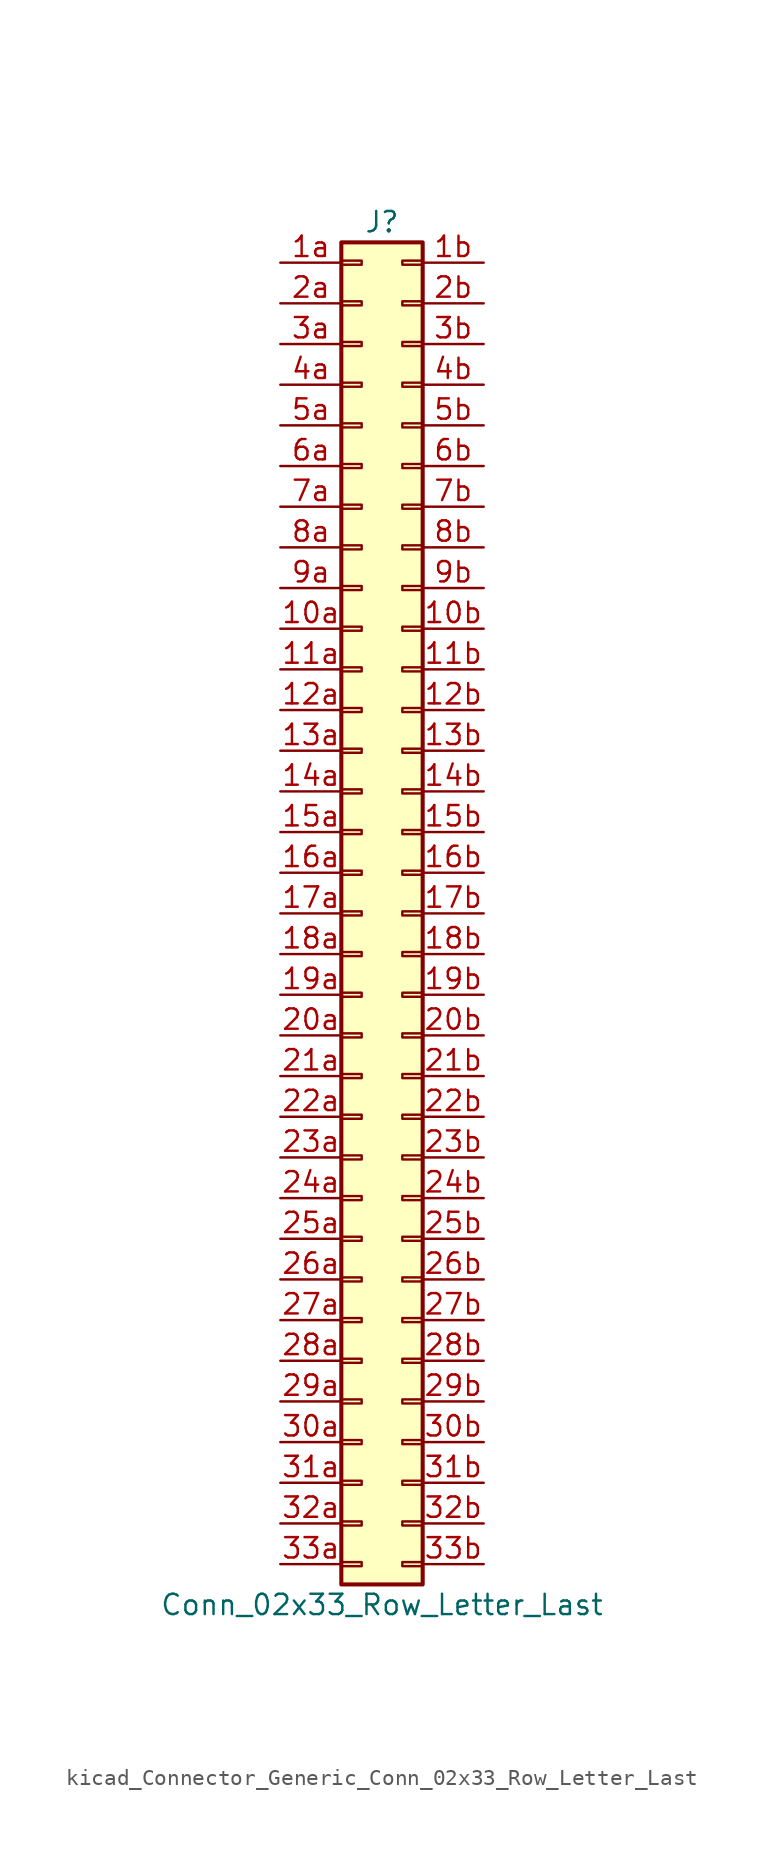
<source format=kicad_sym>
(kicad_symbol_lib
  (version 20220914)
  (generator kicad_symbol_editor)
  (symbol "kicad_Connector_Generic_Conn_02x33_Row_Letter_Last"
    (pin_names
      (offset 1.016) hide)
    (property "Reference" "J"
      (at 1.27 43.18 0)
      (effects (font (size 1.27 1.27))))
    (property "Value" "Conn_02x33_Row_Letter_Last"
      (at 1.27 -43.18 0)
      (effects (font (size 1.27 1.27))))
    (symbol "kicad_Connector_Generic_Conn_02x33_Row_Letter_Last_1_1"
      (rectangle (start -1.27 -40.513) (end 0 -40.767) (stroke (width 0.152) (type default)) (fill (type none)))
      (rectangle (start -1.27 -37.973) (end 0 -38.227) (stroke (width 0.152) (type default)) (fill (type none)))
      (rectangle (start -1.27 -35.433) (end 0 -35.687) (stroke (width 0.152) (type default)) (fill (type none)))
      (rectangle (start -1.27 -32.893) (end 0 -33.147) (stroke (width 0.152) (type default)) (fill (type none)))
      (rectangle (start -1.27 -30.353) (end 0 -30.607) (stroke (width 0.152) (type default)) (fill (type none)))
      (rectangle (start -1.27 -27.813) (end 0 -28.067) (stroke (width 0.152) (type default)) (fill (type none)))
      (rectangle (start -1.27 -25.273) (end 0 -25.527) (stroke (width 0.152) (type default)) (fill (type none)))
      (rectangle (start -1.27 -22.733) (end 0 -22.987) (stroke (width 0.152) (type default)) (fill (type none)))
      (rectangle (start -1.27 -20.193) (end 0 -20.447) (stroke (width 0.152) (type default)) (fill (type none)))
      (rectangle (start -1.27 -17.653) (end 0 -17.907) (stroke (width 0.152) (type default)) (fill (type none)))
      (rectangle (start -1.27 -15.113) (end 0 -15.367) (stroke (width 0.152) (type default)) (fill (type none)))
      (rectangle (start -1.27 -12.573) (end 0 -12.827) (stroke (width 0.152) (type default)) (fill (type none)))
      (rectangle (start -1.27 -10.033) (end 0 -10.287) (stroke (width 0.152) (type default)) (fill (type none)))
      (rectangle (start -1.27 -7.493) (end 0 -7.747) (stroke (width 0.152) (type default)) (fill (type none)))
      (rectangle (start -1.27 -4.953) (end 0 -5.207) (stroke (width 0.152) (type default)) (fill (type none)))
      (rectangle (start -1.27 -2.413) (end 0 -2.667) (stroke (width 0.152) (type default)) (fill (type none)))
      (rectangle (start -1.27 0.127) (end 0 -0.127) (stroke (width 0.152) (type default)) (fill (type none)))
      (rectangle (start -1.27 2.667) (end 0 2.413) (stroke (width 0.152) (type default)) (fill (type none)))
      (rectangle (start -1.27 5.207) (end 0 4.953) (stroke (width 0.152) (type default)) (fill (type none)))
      (rectangle (start -1.27 7.747) (end 0 7.493) (stroke (width 0.152) (type default)) (fill (type none)))
      (rectangle (start -1.27 10.287) (end 0 10.033) (stroke (width 0.152) (type default)) (fill (type none)))
      (rectangle (start -1.27 12.827) (end 0 12.573) (stroke (width 0.152) (type default)) (fill (type none)))
      (rectangle (start -1.27 15.367) (end 0 15.113) (stroke (width 0.152) (type default)) (fill (type none)))
      (rectangle (start -1.27 17.907) (end 0 17.653) (stroke (width 0.152) (type default)) (fill (type none)))
      (rectangle (start -1.27 20.447) (end 0 20.193) (stroke (width 0.152) (type default)) (fill (type none)))
      (rectangle (start -1.27 22.987) (end 0 22.733) (stroke (width 0.152) (type default)) (fill (type none)))
      (rectangle (start -1.27 25.527) (end 0 25.273) (stroke (width 0.152) (type default)) (fill (type none)))
      (rectangle (start -1.27 28.067) (end 0 27.813) (stroke (width 0.152) (type default)) (fill (type none)))
      (rectangle (start -1.27 30.607) (end 0 30.353) (stroke (width 0.152) (type default)) (fill (type none)))
      (rectangle (start -1.27 33.147) (end 0 32.893) (stroke (width 0.152) (type default)) (fill (type none)))
      (rectangle (start -1.27 35.687) (end 0 35.433) (stroke (width 0.152) (type default)) (fill (type none)))
      (rectangle (start -1.27 38.227) (end 0 37.973) (stroke (width 0.152) (type default)) (fill (type none)))
      (rectangle (start -1.27 40.767) (end 0 40.513) (stroke (width 0.152) (type default)) (fill (type none)))
      (rectangle (start -1.27 41.91) (end 3.81 -41.91) (stroke (width 0.254) (type default)) (fill (type background)))
      (rectangle (start 3.81 -40.513) (end 2.54 -40.767) (stroke (width 0.152) (type default)) (fill (type none)))
      (rectangle (start 3.81 -37.973) (end 2.54 -38.227) (stroke (width 0.152) (type default)) (fill (type none)))
      (rectangle (start 3.81 -35.433) (end 2.54 -35.687) (stroke (width 0.152) (type default)) (fill (type none)))
      (rectangle (start 3.81 -32.893) (end 2.54 -33.147) (stroke (width 0.152) (type default)) (fill (type none)))
      (rectangle (start 3.81 -30.353) (end 2.54 -30.607) (stroke (width 0.152) (type default)) (fill (type none)))
      (rectangle (start 3.81 -27.813) (end 2.54 -28.067) (stroke (width 0.152) (type default)) (fill (type none)))
      (rectangle (start 3.81 -25.273) (end 2.54 -25.527) (stroke (width 0.152) (type default)) (fill (type none)))
      (rectangle (start 3.81 -22.733) (end 2.54 -22.987) (stroke (width 0.152) (type default)) (fill (type none)))
      (rectangle (start 3.81 -20.193) (end 2.54 -20.447) (stroke (width 0.152) (type default)) (fill (type none)))
      (rectangle (start 3.81 -17.653) (end 2.54 -17.907) (stroke (width 0.152) (type default)) (fill (type none)))
      (rectangle (start 3.81 -15.113) (end 2.54 -15.367) (stroke (width 0.152) (type default)) (fill (type none)))
      (rectangle (start 3.81 -12.573) (end 2.54 -12.827) (stroke (width 0.152) (type default)) (fill (type none)))
      (rectangle (start 3.81 -10.033) (end 2.54 -10.287) (stroke (width 0.152) (type default)) (fill (type none)))
      (rectangle (start 3.81 -7.493) (end 2.54 -7.747) (stroke (width 0.152) (type default)) (fill (type none)))
      (rectangle (start 3.81 -4.953) (end 2.54 -5.207) (stroke (width 0.152) (type default)) (fill (type none)))
      (rectangle (start 3.81 -2.413) (end 2.54 -2.667) (stroke (width 0.152) (type default)) (fill (type none)))
      (rectangle (start 3.81 0.127) (end 2.54 -0.127) (stroke (width 0.152) (type default)) (fill (type none)))
      (rectangle (start 3.81 2.667) (end 2.54 2.413) (stroke (width 0.152) (type default)) (fill (type none)))
      (rectangle (start 3.81 5.207) (end 2.54 4.953) (stroke (width 0.152) (type default)) (fill (type none)))
      (rectangle (start 3.81 7.747) (end 2.54 7.493) (stroke (width 0.152) (type default)) (fill (type none)))
      (rectangle (start 3.81 10.287) (end 2.54 10.033) (stroke (width 0.152) (type default)) (fill (type none)))
      (rectangle (start 3.81 12.827) (end 2.54 12.573) (stroke (width 0.152) (type default)) (fill (type none)))
      (rectangle (start 3.81 15.367) (end 2.54 15.113) (stroke (width 0.152) (type default)) (fill (type none)))
      (rectangle (start 3.81 17.907) (end 2.54 17.653) (stroke (width 0.152) (type default)) (fill (type none)))
      (rectangle (start 3.81 20.447) (end 2.54 20.193) (stroke (width 0.152) (type default)) (fill (type none)))
      (rectangle (start 3.81 22.987) (end 2.54 22.733) (stroke (width 0.152) (type default)) (fill (type none)))
      (rectangle (start 3.81 25.527) (end 2.54 25.273) (stroke (width 0.152) (type default)) (fill (type none)))
      (rectangle (start 3.81 28.067) (end 2.54 27.813) (stroke (width 0.152) (type default)) (fill (type none)))
      (rectangle (start 3.81 30.607) (end 2.54 30.353) (stroke (width 0.152) (type default)) (fill (type none)))
      (rectangle (start 3.81 33.147) (end 2.54 32.893) (stroke (width 0.152) (type default)) (fill (type none)))
      (rectangle (start 3.81 35.687) (end 2.54 35.433) (stroke (width 0.152) (type default)) (fill (type none)))
      (rectangle (start 3.81 38.227) (end 2.54 37.973) (stroke (width 0.152) (type default)) (fill (type none)))
      (rectangle (start 3.81 40.767) (end 2.54 40.513) (stroke (width 0.152) (type default)) (fill (type none)))
      (pin passive line (at -5.08 17.78 0) (length 3.81) (name "Pin_10a" (effects (font (size 1.27 1.27)))) (number "10a" (effects (font (size 1.27 1.27)))))
      (pin passive line (at 7.62 17.78 180) (length 3.81) (name "Pin_10b" (effects (font (size 1.27 1.27)))) (number "10b" (effects (font (size 1.27 1.27)))))
      (pin passive line (at -5.08 15.24 0) (length 3.81) (name "Pin_11a" (effects (font (size 1.27 1.27)))) (number "11a" (effects (font (size 1.27 1.27)))))
      (pin passive line (at 7.62 15.24 180) (length 3.81) (name "Pin_11b" (effects (font (size 1.27 1.27)))) (number "11b" (effects (font (size 1.27 1.27)))))
      (pin passive line (at -5.08 12.7 0) (length 3.81) (name "Pin_12a" (effects (font (size 1.27 1.27)))) (number "12a" (effects (font (size 1.27 1.27)))))
      (pin passive line (at 7.62 12.7 180) (length 3.81) (name "Pin_12b" (effects (font (size 1.27 1.27)))) (number "12b" (effects (font (size 1.27 1.27)))))
      (pin passive line (at -5.08 10.16 0) (length 3.81) (name "Pin_13a" (effects (font (size 1.27 1.27)))) (number "13a" (effects (font (size 1.27 1.27)))))
      (pin passive line (at 7.62 10.16 180) (length 3.81) (name "Pin_13b" (effects (font (size 1.27 1.27)))) (number "13b" (effects (font (size 1.27 1.27)))))
      (pin passive line (at -5.08 7.62 0) (length 3.81) (name "Pin_14a" (effects (font (size 1.27 1.27)))) (number "14a" (effects (font (size 1.27 1.27)))))
      (pin passive line (at 7.62 7.62 180) (length 3.81) (name "Pin_14b" (effects (font (size 1.27 1.27)))) (number "14b" (effects (font (size 1.27 1.27)))))
      (pin passive line (at -5.08 5.08 0) (length 3.81) (name "Pin_15a" (effects (font (size 1.27 1.27)))) (number "15a" (effects (font (size 1.27 1.27)))))
      (pin passive line (at 7.62 5.08 180) (length 3.81) (name "Pin_15b" (effects (font (size 1.27 1.27)))) (number "15b" (effects (font (size 1.27 1.27)))))
      (pin passive line (at -5.08 2.54 0) (length 3.81) (name "Pin_16a" (effects (font (size 1.27 1.27)))) (number "16a" (effects (font (size 1.27 1.27)))))
      (pin passive line (at 7.62 2.54 180) (length 3.81) (name "Pin_16b" (effects (font (size 1.27 1.27)))) (number "16b" (effects (font (size 1.27 1.27)))))
      (pin passive line (at -5.08 0 0) (length 3.81) (name "Pin_17a" (effects (font (size 1.27 1.27)))) (number "17a" (effects (font (size 1.27 1.27)))))
      (pin passive line (at 7.62 0 180) (length 3.81) (name "Pin_17b" (effects (font (size 1.27 1.27)))) (number "17b" (effects (font (size 1.27 1.27)))))
      (pin passive line (at -5.08 -2.54 0) (length 3.81) (name "Pin_18a" (effects (font (size 1.27 1.27)))) (number "18a" (effects (font (size 1.27 1.27)))))
      (pin passive line (at 7.62 -2.54 180) (length 3.81) (name "Pin_18b" (effects (font (size 1.27 1.27)))) (number "18b" (effects (font (size 1.27 1.27)))))
      (pin passive line (at -5.08 -5.08 0) (length 3.81) (name "Pin_19a" (effects (font (size 1.27 1.27)))) (number "19a" (effects (font (size 1.27 1.27)))))
      (pin passive line (at 7.62 -5.08 180) (length 3.81) (name "Pin_19b" (effects (font (size 1.27 1.27)))) (number "19b" (effects (font (size 1.27 1.27)))))
      (pin passive line (at -5.08 40.64 0) (length 3.81) (name "Pin_1a" (effects (font (size 1.27 1.27)))) (number "1a" (effects (font (size 1.27 1.27)))))
      (pin passive line (at 7.62 40.64 180) (length 3.81) (name "Pin_1b" (effects (font (size 1.27 1.27)))) (number "1b" (effects (font (size 1.27 1.27)))))
      (pin passive line (at -5.08 -7.62 0) (length 3.81) (name "Pin_20a" (effects (font (size 1.27 1.27)))) (number "20a" (effects (font (size 1.27 1.27)))))
      (pin passive line (at 7.62 -7.62 180) (length 3.81) (name "Pin_20b" (effects (font (size 1.27 1.27)))) (number "20b" (effects (font (size 1.27 1.27)))))
      (pin passive line (at -5.08 -10.16 0) (length 3.81) (name "Pin_21a" (effects (font (size 1.27 1.27)))) (number "21a" (effects (font (size 1.27 1.27)))))
      (pin passive line (at 7.62 -10.16 180) (length 3.81) (name "Pin_21b" (effects (font (size 1.27 1.27)))) (number "21b" (effects (font (size 1.27 1.27)))))
      (pin passive line (at -5.08 -12.7 0) (length 3.81) (name "Pin_22a" (effects (font (size 1.27 1.27)))) (number "22a" (effects (font (size 1.27 1.27)))))
      (pin passive line (at 7.62 -12.7 180) (length 3.81) (name "Pin_22b" (effects (font (size 1.27 1.27)))) (number "22b" (effects (font (size 1.27 1.27)))))
      (pin passive line (at -5.08 -15.24 0) (length 3.81) (name "Pin_23a" (effects (font (size 1.27 1.27)))) (number "23a" (effects (font (size 1.27 1.27)))))
      (pin passive line (at 7.62 -15.24 180) (length 3.81) (name "Pin_23b" (effects (font (size 1.27 1.27)))) (number "23b" (effects (font (size 1.27 1.27)))))
      (pin passive line (at -5.08 -17.78 0) (length 3.81) (name "Pin_24a" (effects (font (size 1.27 1.27)))) (number "24a" (effects (font (size 1.27 1.27)))))
      (pin passive line (at 7.62 -17.78 180) (length 3.81) (name "Pin_24b" (effects (font (size 1.27 1.27)))) (number "24b" (effects (font (size 1.27 1.27)))))
      (pin passive line (at -5.08 -20.32 0) (length 3.81) (name "Pin_25a" (effects (font (size 1.27 1.27)))) (number "25a" (effects (font (size 1.27 1.27)))))
      (pin passive line (at 7.62 -20.32 180) (length 3.81) (name "Pin_25b" (effects (font (size 1.27 1.27)))) (number "25b" (effects (font (size 1.27 1.27)))))
      (pin passive line (at -5.08 -22.86 0) (length 3.81) (name "Pin_26a" (effects (font (size 1.27 1.27)))) (number "26a" (effects (font (size 1.27 1.27)))))
      (pin passive line (at 7.62 -22.86 180) (length 3.81) (name "Pin_26b" (effects (font (size 1.27 1.27)))) (number "26b" (effects (font (size 1.27 1.27)))))
      (pin passive line (at -5.08 -25.4 0) (length 3.81) (name "Pin_27a" (effects (font (size 1.27 1.27)))) (number "27a" (effects (font (size 1.27 1.27)))))
      (pin passive line (at 7.62 -25.4 180) (length 3.81) (name "Pin_27b" (effects (font (size 1.27 1.27)))) (number "27b" (effects (font (size 1.27 1.27)))))
      (pin passive line (at -5.08 -27.94 0) (length 3.81) (name "Pin_28a" (effects (font (size 1.27 1.27)))) (number "28a" (effects (font (size 1.27 1.27)))))
      (pin passive line (at 7.62 -27.94 180) (length 3.81) (name "Pin_28b" (effects (font (size 1.27 1.27)))) (number "28b" (effects (font (size 1.27 1.27)))))
      (pin passive line (at -5.08 -30.48 0) (length 3.81) (name "Pin_29a" (effects (font (size 1.27 1.27)))) (number "29a" (effects (font (size 1.27 1.27)))))
      (pin passive line (at 7.62 -30.48 180) (length 3.81) (name "Pin_29b" (effects (font (size 1.27 1.27)))) (number "29b" (effects (font (size 1.27 1.27)))))
      (pin passive line (at -5.08 38.1 0) (length 3.81) (name "Pin_2a" (effects (font (size 1.27 1.27)))) (number "2a" (effects (font (size 1.27 1.27)))))
      (pin passive line (at 7.62 38.1 180) (length 3.81) (name "Pin_2b" (effects (font (size 1.27 1.27)))) (number "2b" (effects (font (size 1.27 1.27)))))
      (pin passive line (at -5.08 -33.02 0) (length 3.81) (name "Pin_30a" (effects (font (size 1.27 1.27)))) (number "30a" (effects (font (size 1.27 1.27)))))
      (pin passive line (at 7.62 -33.02 180) (length 3.81) (name "Pin_30b" (effects (font (size 1.27 1.27)))) (number "30b" (effects (font (size 1.27 1.27)))))
      (pin passive line (at -5.08 -35.56 0) (length 3.81) (name "Pin_31a" (effects (font (size 1.27 1.27)))) (number "31a" (effects (font (size 1.27 1.27)))))
      (pin passive line (at 7.62 -35.56 180) (length 3.81) (name "Pin_31b" (effects (font (size 1.27 1.27)))) (number "31b" (effects (font (size 1.27 1.27)))))
      (pin passive line (at -5.08 -38.1 0) (length 3.81) (name "Pin_32a" (effects (font (size 1.27 1.27)))) (number "32a" (effects (font (size 1.27 1.27)))))
      (pin passive line (at 7.62 -38.1 180) (length 3.81) (name "Pin_32b" (effects (font (size 1.27 1.27)))) (number "32b" (effects (font (size 1.27 1.27)))))
      (pin passive line (at -5.08 -40.64 0) (length 3.81) (name "Pin_33a" (effects (font (size 1.27 1.27)))) (number "33a" (effects (font (size 1.27 1.27)))))
      (pin passive line (at 7.62 -40.64 180) (length 3.81) (name "Pin_33b" (effects (font (size 1.27 1.27)))) (number "33b" (effects (font (size 1.27 1.27)))))
      (pin passive line (at -5.08 35.56 0) (length 3.81) (name "Pin_3a" (effects (font (size 1.27 1.27)))) (number "3a" (effects (font (size 1.27 1.27)))))
      (pin passive line (at 7.62 35.56 180) (length 3.81) (name "Pin_3b" (effects (font (size 1.27 1.27)))) (number "3b" (effects (font (size 1.27 1.27)))))
      (pin passive line (at -5.08 33.02 0) (length 3.81) (name "Pin_4a" (effects (font (size 1.27 1.27)))) (number "4a" (effects (font (size 1.27 1.27)))))
      (pin passive line (at 7.62 33.02 180) (length 3.81) (name "Pin_4b" (effects (font (size 1.27 1.27)))) (number "4b" (effects (font (size 1.27 1.27)))))
      (pin passive line (at -5.08 30.48 0) (length 3.81) (name "Pin_5a" (effects (font (size 1.27 1.27)))) (number "5a" (effects (font (size 1.27 1.27)))))
      (pin passive line (at 7.62 30.48 180) (length 3.81) (name "Pin_5b" (effects (font (size 1.27 1.27)))) (number "5b" (effects (font (size 1.27 1.27)))))
      (pin passive line (at -5.08 27.94 0) (length 3.81) (name "Pin_6a" (effects (font (size 1.27 1.27)))) (number "6a" (effects (font (size 1.27 1.27)))))
      (pin passive line (at 7.62 27.94 180) (length 3.81) (name "Pin_6b" (effects (font (size 1.27 1.27)))) (number "6b" (effects (font (size 1.27 1.27)))))
      (pin passive line (at -5.08 25.4 0) (length 3.81) (name "Pin_7a" (effects (font (size 1.27 1.27)))) (number "7a" (effects (font (size 1.27 1.27)))))
      (pin passive line (at 7.62 25.4 180) (length 3.81) (name "Pin_7b" (effects (font (size 1.27 1.27)))) (number "7b" (effects (font (size 1.27 1.27)))))
      (pin passive line (at -5.08 22.86 0) (length 3.81) (name "Pin_8a" (effects (font (size 1.27 1.27)))) (number "8a" (effects (font (size 1.27 1.27)))))
      (pin passive line (at 7.62 22.86 180) (length 3.81) (name "Pin_8b" (effects (font (size 1.27 1.27)))) (number "8b" (effects (font (size 1.27 1.27)))))
      (pin passive line (at -5.08 20.32 0) (length 3.81) (name "Pin_9a" (effects (font (size 1.27 1.27)))) (number "9a" (effects (font (size 1.27 1.27)))))
      (pin passive line (at 7.62 20.32 180) (length 3.81) (name "Pin_9b" (effects (font (size 1.27 1.27)))) (number "9b" (effects (font (size 1.27 1.27))))))))
</source>
